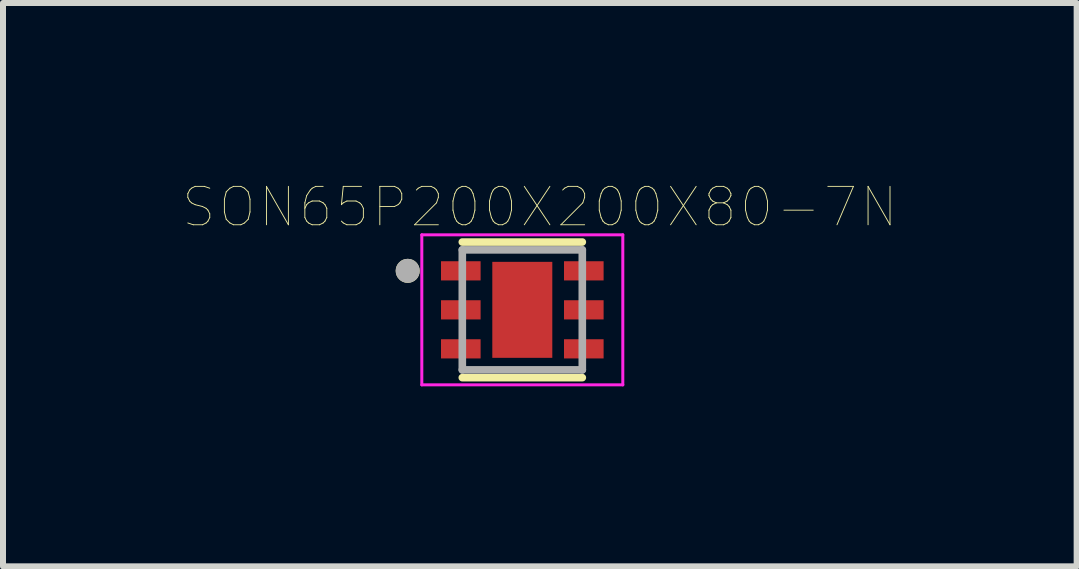
<source format=kicad_pcb>
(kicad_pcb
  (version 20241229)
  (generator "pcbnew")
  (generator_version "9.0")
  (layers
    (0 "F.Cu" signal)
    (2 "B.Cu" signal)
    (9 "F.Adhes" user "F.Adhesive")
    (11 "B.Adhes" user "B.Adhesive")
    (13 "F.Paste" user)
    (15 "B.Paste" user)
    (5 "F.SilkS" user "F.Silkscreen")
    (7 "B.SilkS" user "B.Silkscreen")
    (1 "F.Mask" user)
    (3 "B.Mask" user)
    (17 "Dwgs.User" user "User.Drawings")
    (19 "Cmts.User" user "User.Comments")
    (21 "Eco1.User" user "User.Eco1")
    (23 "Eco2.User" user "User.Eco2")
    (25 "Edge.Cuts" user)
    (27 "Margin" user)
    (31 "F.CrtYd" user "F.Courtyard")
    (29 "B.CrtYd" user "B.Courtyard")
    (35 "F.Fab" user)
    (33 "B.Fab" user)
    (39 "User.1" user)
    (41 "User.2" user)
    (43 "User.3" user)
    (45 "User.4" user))
  (footprint "SON65P200X200X80-7N"
    (layer "F.Cu")
    (at 5.655 2.114)
    (property "Reference" "SON65P200X200X80-7N" (at 0.292 -1.713 0) (layer "F.SilkS") (effects (font (size 0.64 0.64) (thickness 0.015))))
    (attr through_hole)
    (fp_line (start -1 -1.13) (end 1 -1.13) (stroke (width 0.127) (type solid)) (layer "F.SilkS"))
    (fp_line (start -1 1.13) (end 1 1.13) (stroke (width 0.127) (type solid)) (layer "F.SilkS"))
    (fp_circle (center -1.91 -0.65) (end -1.81 -0.65) (stroke (width 0.2) (type solid)) (fill no) (layer "F.SilkS"))
    (fp_poly (pts (xy -0.316 -0.506) (xy 0.316 -0.506) (xy 0.316 0.506) (xy -0.316 0.506)) (stroke (width 0.01) (type solid)) (fill yes) (layer "F.Paste"))
    (fp_line (start -1.675 -1.25) (end -1.675 1.25) (stroke (width 0.05) (type solid)) (layer "F.CrtYd"))
    (fp_line (start -1.675 -1.25) (end 1.675 -1.25) (stroke (width 0.05) (type solid)) (layer "F.CrtYd"))
    (fp_line (start -1.675 1.25) (end 1.675 1.25) (stroke (width 0.05) (type solid)) (layer "F.CrtYd"))
    (fp_line (start 1.675 -1.25) (end 1.675 1.25) (stroke (width 0.05) (type solid)) (layer "F.CrtYd"))
    (fp_line (start -1 -1) (end -1 1) (stroke (width 0.127) (type solid)) (layer "F.Fab"))
    (fp_line (start -1 -1) (end 1 -1) (stroke (width 0.127) (type solid)) (layer "F.Fab"))
    (fp_line (start -1 1) (end 1 1) (stroke (width 0.127) (type solid)) (layer "F.Fab"))
    (fp_line (start 1 -1) (end 1 1) (stroke (width 0.127) (type solid)) (layer "F.Fab"))
    (fp_circle (center -1.91 -0.65) (end -1.81 -0.65) (stroke (width 0.2) (type solid)) (fill no) (layer "F.Fab"))
    (pad "1" smd rect (at -1.025 -0.65) (size 0.66 0.32) (layers "F.Cu" "F.Mask" "F.Paste"))
    (pad "2" smd rect (at -1.025 0) (size 0.66 0.32) (layers "F.Cu" "F.Mask" "F.Paste"))
    (pad "3" smd rect (at -1.025 0.65) (size 0.66 0.32) (layers "F.Cu" "F.Mask" "F.Paste"))
    (pad "4" smd rect (at 1.025 0.65) (size 0.66 0.32) (layers "F.Cu" "F.Mask" "F.Paste"))
    (pad "5" smd rect (at 1.025 0) (size 0.66 0.32) (layers "F.Cu" "F.Mask" "F.Paste"))
    (pad "6" smd rect (at 1.025 -0.65) (size 0.66 0.32) (layers "F.Cu" "F.Mask" "F.Paste"))
    (pad "7" smd rect (at 0 0) (size 1 1.6) (layers "F.Cu" "F.Mask")))
  (gr_rect
    (start -3 -3)
    (end 14.894 6.389)
    (stroke (width 0.1) (type default))
    (fill no)
    (layer "Edge.Cuts")))
</source>
